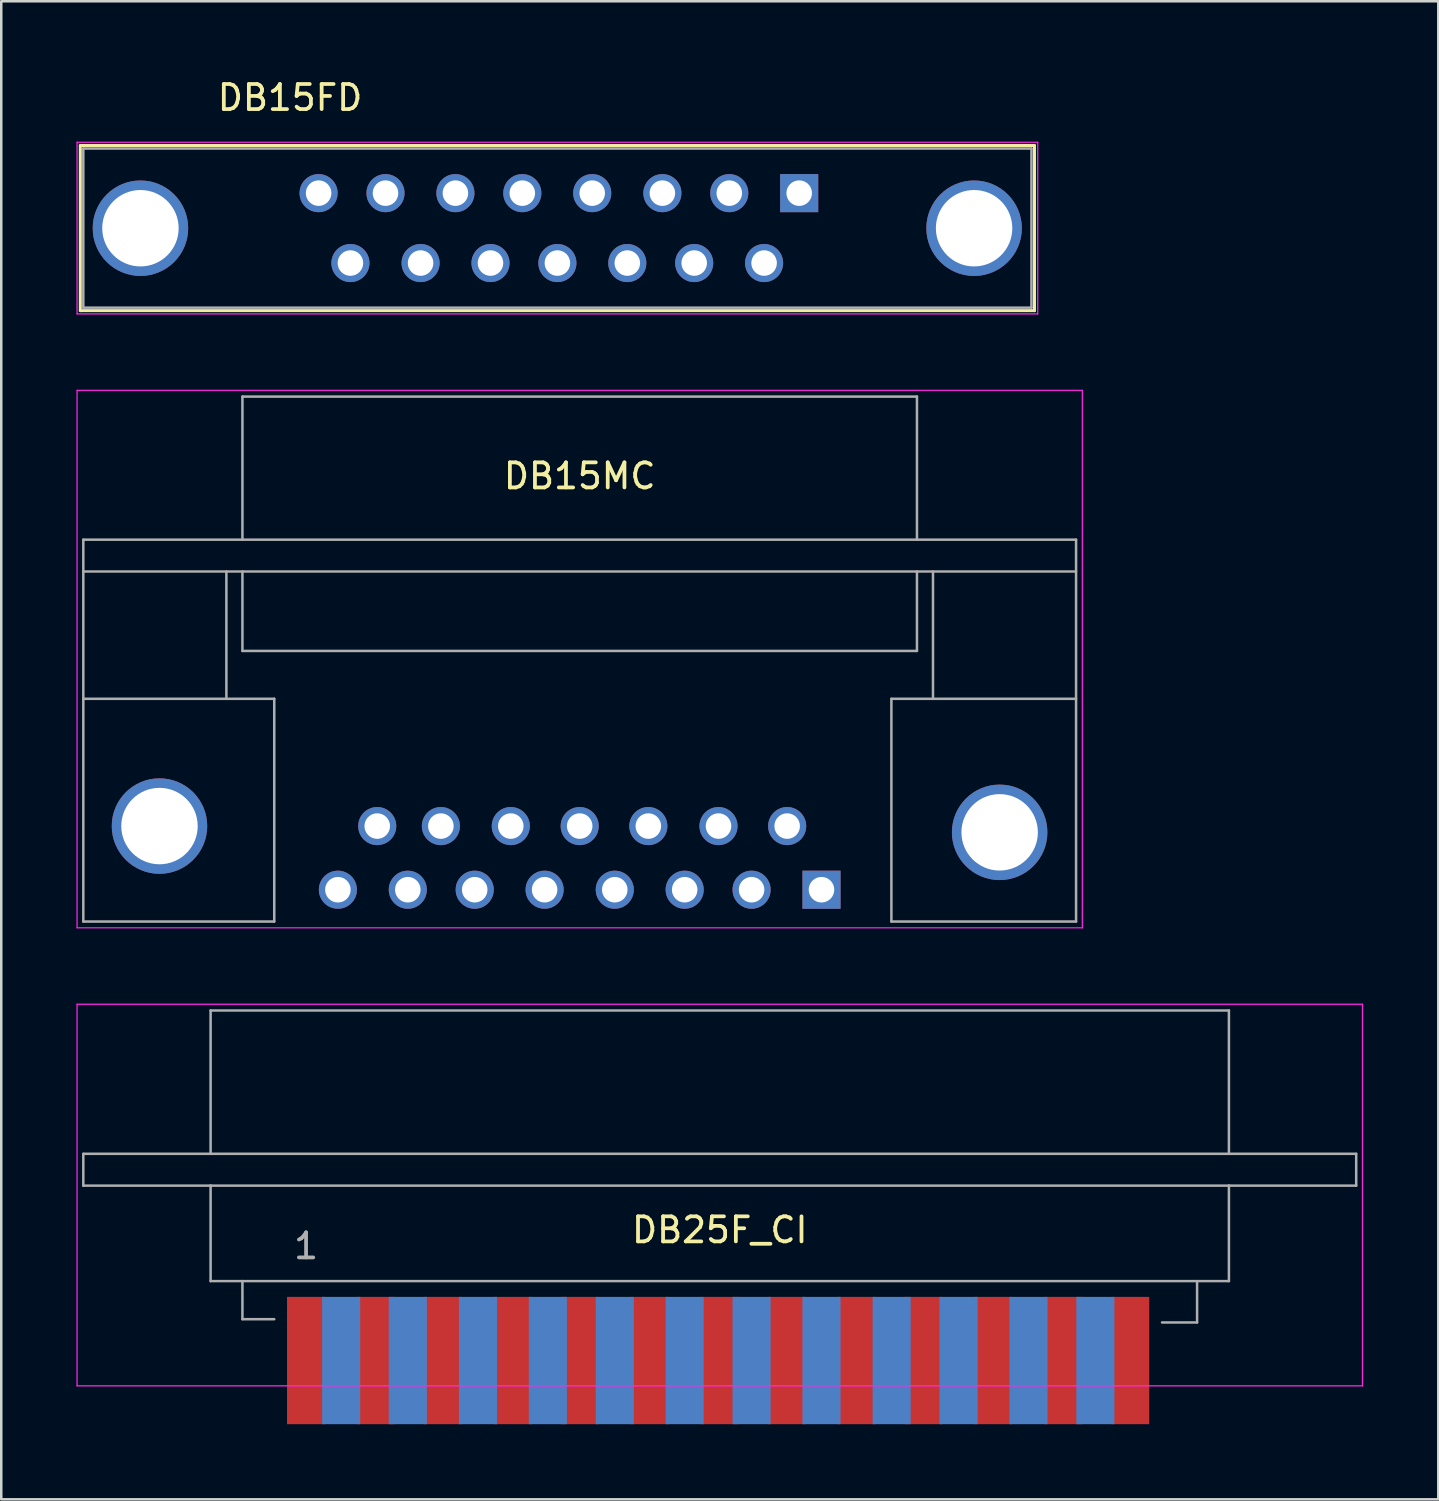
<source format=kicad_pcb>
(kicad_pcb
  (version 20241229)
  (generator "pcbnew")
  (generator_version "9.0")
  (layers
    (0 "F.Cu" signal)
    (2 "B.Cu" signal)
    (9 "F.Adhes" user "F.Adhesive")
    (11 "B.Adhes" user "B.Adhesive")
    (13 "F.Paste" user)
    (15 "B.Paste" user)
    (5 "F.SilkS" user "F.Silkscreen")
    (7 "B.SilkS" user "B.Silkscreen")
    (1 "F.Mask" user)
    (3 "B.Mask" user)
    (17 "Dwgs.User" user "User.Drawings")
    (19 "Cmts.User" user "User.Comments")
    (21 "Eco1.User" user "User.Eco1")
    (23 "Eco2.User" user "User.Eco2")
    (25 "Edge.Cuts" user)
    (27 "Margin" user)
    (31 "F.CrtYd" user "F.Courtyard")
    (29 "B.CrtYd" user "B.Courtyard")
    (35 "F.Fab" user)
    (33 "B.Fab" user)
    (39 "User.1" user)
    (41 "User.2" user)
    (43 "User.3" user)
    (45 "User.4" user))
  (footprint "DB25F_CI"
    (layer "F.Cu")
    (at 9.165 51.248)
    (property "Reference" "DB25F_CI" (at 16.51 -5.21 180) (layer "F.SilkS") (effects (font (size 1 1) (thickness 0.15))))
    (attr through_hole)
    (fp_line (start -9.14 -14.22) (end -9.14 1.01) (stroke (width 0.05) (type solid)) (layer "F.CrtYd"))
    (fp_line (start -9.14 -14.22) (end 42.16 -14.22) (stroke (width 0.05) (type solid)) (layer "F.CrtYd"))
    (fp_line (start 42.16 1.01) (end -9.14 1.01) (stroke (width 0.05) (type solid)) (layer "F.CrtYd"))
    (fp_line (start 42.16 1.01) (end 42.16 -14.22) (stroke (width 0.05) (type solid)) (layer "F.CrtYd"))
    (fp_line (start -8.89 -8.25) (end 41.91 -8.25) (stroke (width 0.1) (type solid)) (layer "F.Fab"))
    (fp_line (start -8.89 -6.98) (end -8.89 -8.25) (stroke (width 0.1) (type solid)) (layer "F.Fab"))
    (fp_line (start -3.81 -13.97) (end 36.83 -13.97) (stroke (width 0.1) (type solid)) (layer "F.Fab"))
    (fp_line (start -3.81 -8.25) (end -3.81 -13.97) (stroke (width 0.1) (type solid)) (layer "F.Fab"))
    (fp_line (start -3.81 -6.98) (end -8.89 -6.98) (stroke (width 0.1) (type solid)) (layer "F.Fab"))
    (fp_line (start -3.81 -6.98) (end 36.83 -6.98) (stroke (width 0.1) (type solid)) (layer "F.Fab"))
    (fp_line (start -3.81 -3.17) (end -3.81 -6.98) (stroke (width 0.1) (type solid)) (layer "F.Fab"))
    (fp_line (start -2.54 -3.17) (end -2.54 -1.65) (stroke (width 0.1) (type solid)) (layer "F.Fab"))
    (fp_line (start -2.54 -1.65) (end -1.27 -1.65) (stroke (width 0.1) (type solid)) (layer "F.Fab"))
    (fp_line (start 35.56 -3.17) (end 35.56 -1.52) (stroke (width 0.1) (type solid)) (layer "F.Fab"))
    (fp_line (start 35.56 -1.52) (end 34.16 -1.52) (stroke (width 0.1) (type solid)) (layer "F.Fab"))
    (fp_line (start 36.83 -13.97) (end 36.83 -8.25) (stroke (width 0.1) (type solid)) (layer "F.Fab"))
    (fp_line (start 36.83 -6.98) (end 36.83 -3.17) (stroke (width 0.1) (type solid)) (layer "F.Fab"))
    (fp_line (start 36.83 -3.17) (end -3.81 -3.17) (stroke (width 0.1) (type solid)) (layer "F.Fab"))
    (fp_line (start 41.91 -8.25) (end 41.91 -6.98) (stroke (width 0.1) (type solid)) (layer "F.Fab"))
    (fp_line (start 41.91 -6.98) (end 36.83 -6.98) (stroke (width 0.1) (type solid)) (layer "F.Fab"))
    (fp_text user "1" (at 0 -4.57 180) (layer "F.Fab") (effects (font (size 1 1) (thickness 0.15))))
    (pad "1" connect rect (at 0 0 90) (size 5.08 1.52) (layers "F.Cu" "F.Mask"))
    (pad "2" connect rect (at 2.79 0 90) (size 5.08 1.52) (layers "F.Cu" "F.Mask"))
    (pad "3" connect rect (at 5.46 0 90) (size 5.08 1.52) (layers "F.Cu" "F.Mask"))
    (pad "4" connect rect (at 8.26 0 90) (size 5.08 1.52) (layers "F.Cu" "F.Mask"))
    (pad "5" connect rect (at 10.92 0 90) (size 5.08 1.52) (layers "F.Cu" "F.Mask"))
    (pad "6" connect rect (at 13.72 0 90) (size 5.08 1.52) (layers "F.Cu" "F.Mask"))
    (pad "7" connect rect (at 16.51 0 90) (size 5.08 1.52) (layers "F.Cu" "F.Mask"))
    (pad "8" connect rect (at 19.18 0 90) (size 5.08 1.52) (layers "F.Cu" "F.Mask"))
    (pad "9" connect rect (at 21.97 0 90) (size 5.08 1.52) (layers "F.Cu" "F.Mask"))
    (pad "10" connect rect (at 24.64 0 90) (size 5.08 1.52) (layers "F.Cu" "F.Mask"))
    (pad "11" connect rect (at 27.43 0 90) (size 5.08 1.52) (layers "F.Cu" "F.Mask"))
    (pad "12" connect rect (at 30.23 0 90) (size 5.08 1.52) (layers "F.Cu" "F.Mask"))
    (pad "13" connect rect (at 32.89 0 90) (size 5.08 1.52) (layers "F.Cu" "F.Mask"))
    (pad "14" connect rect (at 1.4 0 90) (size 5.08 1.52) (layers "B.Cu" "B.Mask"))
    (pad "15" connect rect (at 4.06 0 90) (size 5.08 1.52) (layers "B.Cu" "B.Mask"))
    (pad "16" connect rect (at 6.86 0 90) (size 5.08 1.52) (layers "B.Cu" "B.Mask"))
    (pad "17" connect rect (at 9.65 0 90) (size 5.08 1.52) (layers "B.Cu" "B.Mask"))
    (pad "18" connect rect (at 12.32 0 90) (size 5.08 1.52) (layers "B.Cu" "B.Mask"))
    (pad "19" connect rect (at 15.11 0 90) (size 5.08 1.52) (layers "B.Cu" "B.Mask"))
    (pad "20" connect rect (at 17.78 0 90) (size 5.08 1.52) (layers "B.Cu" "B.Mask"))
    (pad "21" connect rect (at 20.57 0 90) (size 5.08 1.52) (layers "B.Cu" "B.Mask"))
    (pad "22" connect rect (at 23.37 0 90) (size 5.08 1.52) (layers "B.Cu" "B.Mask"))
    (pad "23" connect rect (at 26.04 0 90) (size 5.08 1.52) (layers "B.Cu" "B.Mask"))
    (pad "24" connect rect (at 28.83 0 90) (size 5.08 1.52) (layers "B.Cu" "B.Mask"))
    (pad "25" connect rect (at 31.5 0 90) (size 5.08 1.52) (layers "B.Cu" "B.Mask")))
  (footprint "DB15MC"
    (layer "F.Cu")
    (at 29.735 32.458)
    (property "Reference" "DB15MC" (at -9.65 -16.51 0) (layer "F.SilkS") (effects (font (size 1 1) (thickness 0.15))))
    (attr through_hole)
    (fp_line (start -29.71 -19.93) (end -29.71 1.52) (stroke (width 0.05) (type solid)) (layer "F.CrtYd"))
    (fp_line (start -29.71 -19.93) (end 10.41 -19.93) (stroke (width 0.05) (type solid)) (layer "F.CrtYd"))
    (fp_line (start 10.41 1.52) (end -29.71 1.52) (stroke (width 0.05) (type solid)) (layer "F.CrtYd"))
    (fp_line (start 10.41 1.52) (end 10.41 -19.93) (stroke (width 0.05) (type solid)) (layer "F.CrtYd"))
    (fp_line (start -29.46 -13.97) (end -29.46 -12.7) (stroke (width 0.1) (type solid)) (layer "F.Fab"))
    (fp_line (start -29.46 -7.62) (end -21.84 -7.62) (stroke (width 0.1) (type solid)) (layer "F.Fab"))
    (fp_line (start -29.46 1.27) (end -29.46 -12.7) (stroke (width 0.1) (type solid)) (layer "F.Fab"))
    (fp_line (start -29.46 1.27) (end -21.84 1.27) (stroke (width 0.1) (type solid)) (layer "F.Fab"))
    (fp_line (start -23.75 -12.7) (end -23.75 -7.62) (stroke (width 0.1) (type solid)) (layer "F.Fab"))
    (fp_line (start -23.11 -19.68) (end -23.11 -13.97) (stroke (width 0.1) (type solid)) (layer "F.Fab"))
    (fp_line (start -23.11 -19.68) (end 3.81 -19.68) (stroke (width 0.1) (type solid)) (layer "F.Fab"))
    (fp_line (start -23.11 -9.53) (end -23.11 -12.7) (stroke (width 0.1) (type solid)) (layer "F.Fab"))
    (fp_line (start -21.84 -7.62) (end -21.84 1.27) (stroke (width 0.1) (type solid)) (layer "F.Fab"))
    (fp_line (start 2.79 -7.62) (end 10.16 -7.62) (stroke (width 0.1) (type solid)) (layer "F.Fab"))
    (fp_line (start 2.79 1.27) (end 2.79 -7.62) (stroke (width 0.1) (type solid)) (layer "F.Fab"))
    (fp_line (start 3.81 -13.97) (end 3.81 -19.68) (stroke (width 0.1) (type solid)) (layer "F.Fab"))
    (fp_line (start 3.81 -9.53) (end -23.11 -9.53) (stroke (width 0.1) (type solid)) (layer "F.Fab"))
    (fp_line (start 3.81 -9.53) (end 3.81 -12.7) (stroke (width 0.1) (type solid)) (layer "F.Fab"))
    (fp_line (start 4.45 -7.62) (end 4.45 -12.7) (stroke (width 0.1) (type solid)) (layer "F.Fab"))
    (fp_line (start 10.16 -13.97) (end -29.46 -13.97) (stroke (width 0.1) (type solid)) (layer "F.Fab"))
    (fp_line (start 10.16 -12.7) (end -29.46 -12.7) (stroke (width 0.1) (type solid)) (layer "F.Fab"))
    (fp_line (start 10.16 1.27) (end 2.79 1.27) (stroke (width 0.1) (type solid)) (layer "F.Fab"))
    (fp_line (start 10.16 1.27) (end 10.16 -13.97) (stroke (width 0.1) (type solid)) (layer "F.Fab"))
    (pad "" thru_hole circle (at -26.42 -2.54) (size 3.81 3.81) (drill 3.05) (layers "*.Cu" "*.Mask"))
    (pad "" thru_hole circle (at 7.11 -2.29) (size 3.81 3.81) (drill 3.05) (layers "*.Cu" "*.Mask"))
    (pad "1" thru_hole rect (at 0 0) (size 1.52 1.52) (drill 1.02) (layers "*.Cu" "*.Mask"))
    (pad "2" thru_hole circle (at -2.79 0) (size 1.52 1.52) (drill 1.02) (layers "*.Cu" "*.Mask"))
    (pad "3" thru_hole circle (at -5.46 0) (size 1.52 1.52) (drill 1.02) (layers "*.Cu" "*.Mask"))
    (pad "4" thru_hole circle (at -8.25 0) (size 1.52 1.52) (drill 1.02) (layers "*.Cu" "*.Mask"))
    (pad "5" thru_hole circle (at -11.05 0) (size 1.52 1.52) (drill 1.02) (layers "*.Cu" "*.Mask"))
    (pad "6" thru_hole circle (at -13.84 0) (size 1.52 1.52) (drill 1.02) (layers "*.Cu" "*.Mask"))
    (pad "7" thru_hole circle (at -16.51 0) (size 1.52 1.52) (drill 1.02) (layers "*.Cu" "*.Mask"))
    (pad "8" thru_hole circle (at -19.3 0) (size 1.52 1.52) (drill 1.02) (layers "*.Cu" "*.Mask"))
    (pad "9" thru_hole circle (at -1.37 -2.54) (size 1.52 1.52) (drill 1.02) (layers "*.Cu" "*.Mask"))
    (pad "10" thru_hole circle (at -4.11 -2.54) (size 1.52 1.52) (drill 1.02) (layers "*.Cu" "*.Mask"))
    (pad "11" thru_hole circle (at -6.91 -2.54) (size 1.52 1.52) (drill 1.02) (layers "*.Cu" "*.Mask"))
    (pad "12" thru_hole circle (at -9.65 -2.54) (size 1.52 1.52) (drill 1.02) (layers "*.Cu" "*.Mask"))
    (pad "13" thru_hole circle (at -12.4 -2.54) (size 1.52 1.52) (drill 1.02) (layers "*.Cu" "*.Mask"))
    (pad "14" thru_hole circle (at -15.19 -2.54) (size 1.52 1.52) (drill 1.02) (layers "*.Cu" "*.Mask"))
    (pad "15" thru_hole circle (at -17.73 -2.54) (size 1.52 1.52) (drill 1.02) (layers "*.Cu" "*.Mask")))
  (footprint "DB15FD"
    (layer "F.Cu")
    (at 28.845 4.658)
    (property "Reference" "DB15FD" (at -20.32 -3.81 180) (layer "F.SilkS") (effects (font (size 1 1) (thickness 0.15))))
    (attr through_hole)
    (fp_line (start -28.69 -1.9) (end -28.69 4.69) (stroke (width 0.12) (type solid)) (layer "F.SilkS"))
    (fp_line (start -28.69 -1.9) (end 9.39 -1.9) (stroke (width 0.12) (type solid)) (layer "F.SilkS"))
    (fp_line (start 9.39 4.69) (end -28.69 4.69) (stroke (width 0.12) (type solid)) (layer "F.SilkS"))
    (fp_line (start 9.39 4.69) (end 9.39 -1.9) (stroke (width 0.12) (type solid)) (layer "F.SilkS"))
    (fp_line (start -28.82 -2.03) (end -28.82 4.82) (stroke (width 0.05) (type solid)) (layer "F.CrtYd"))
    (fp_line (start -28.82 -2.03) (end 9.52 -2.03) (stroke (width 0.05) (type solid)) (layer "F.CrtYd"))
    (fp_line (start 9.52 4.82) (end -28.82 4.82) (stroke (width 0.05) (type solid)) (layer "F.CrtYd"))
    (fp_line (start 9.52 4.82) (end 9.52 -2.03) (stroke (width 0.05) (type solid)) (layer "F.CrtYd"))
    (fp_line (start -28.57 -1.78) (end -28.57 4.57) (stroke (width 0.1) (type solid)) (layer "F.Fab"))
    (fp_line (start -28.57 4.57) (end 9.27 4.57) (stroke (width 0.1) (type solid)) (layer "F.Fab"))
    (fp_line (start 9.27 -1.78) (end -28.57 -1.78) (stroke (width 0.1) (type solid)) (layer "F.Fab"))
    (fp_line (start 9.27 4.57) (end 9.27 -1.78) (stroke (width 0.1) (type solid)) (layer "F.Fab"))
    (pad "0" thru_hole circle (at -26.29 1.4) (size 3.81 3.81) (drill 3.05) (layers "*.Cu" "*.Mask"))
    (pad "0" thru_hole circle (at 6.98 1.4) (size 3.81 3.81) (drill 3.05) (layers "*.Cu" "*.Mask"))
    (pad "1" thru_hole rect (at 0 0) (size 1.52 1.52) (drill 1.02) (layers "*.Cu" "*.Mask"))
    (pad "2" thru_hole circle (at -2.79 0) (size 1.52 1.52) (drill 1.02) (layers "*.Cu" "*.Mask"))
    (pad "3" thru_hole circle (at -5.46 0) (size 1.52 1.52) (drill 1.02) (layers "*.Cu" "*.Mask"))
    (pad "4" thru_hole circle (at -8.26 0) (size 1.52 1.52) (drill 1.02) (layers "*.Cu" "*.Mask"))
    (pad "5" thru_hole circle (at -11.05 0) (size 1.52 1.52) (drill 1.02) (layers "*.Cu" "*.Mask"))
    (pad "6" thru_hole circle (at -13.72 0) (size 1.52 1.52) (drill 1.02) (layers "*.Cu" "*.Mask"))
    (pad "7" thru_hole circle (at -16.51 0) (size 1.52 1.52) (drill 1.02) (layers "*.Cu" "*.Mask"))
    (pad "8" thru_hole circle (at -19.18 0) (size 1.52 1.52) (drill 1.02) (layers "*.Cu" "*.Mask"))
    (pad "9" thru_hole circle (at -1.4 2.79) (size 1.52 1.52) (drill 1.02) (layers "*.Cu" "*.Mask"))
    (pad "10" thru_hole circle (at -4.19 2.79) (size 1.52 1.52) (drill 1.02) (layers "*.Cu" "*.Mask"))
    (pad "11" thru_hole circle (at -6.86 2.79) (size 1.52 1.52) (drill 1.02) (layers "*.Cu" "*.Mask"))
    (pad "12" thru_hole circle (at -9.65 2.79) (size 1.52 1.52) (drill 1.02) (layers "*.Cu" "*.Mask"))
    (pad "13" thru_hole circle (at -12.32 2.79) (size 1.52 1.52) (drill 1.02) (layers "*.Cu" "*.Mask"))
    (pad "14" thru_hole circle (at -15.11 2.79) (size 1.52 1.52) (drill 1.02) (layers "*.Cu" "*.Mask"))
    (pad "15" thru_hole circle (at -17.91 2.79) (size 1.52 1.52) (drill 1.02) (layers "*.Cu" "*.Mask")))
  (gr_rect
    (start -3 -3)
    (end 54.35 56.788)
    (stroke (width 0.1) (type default))
    (fill no)
    (layer "Edge.Cuts")))
</source>
